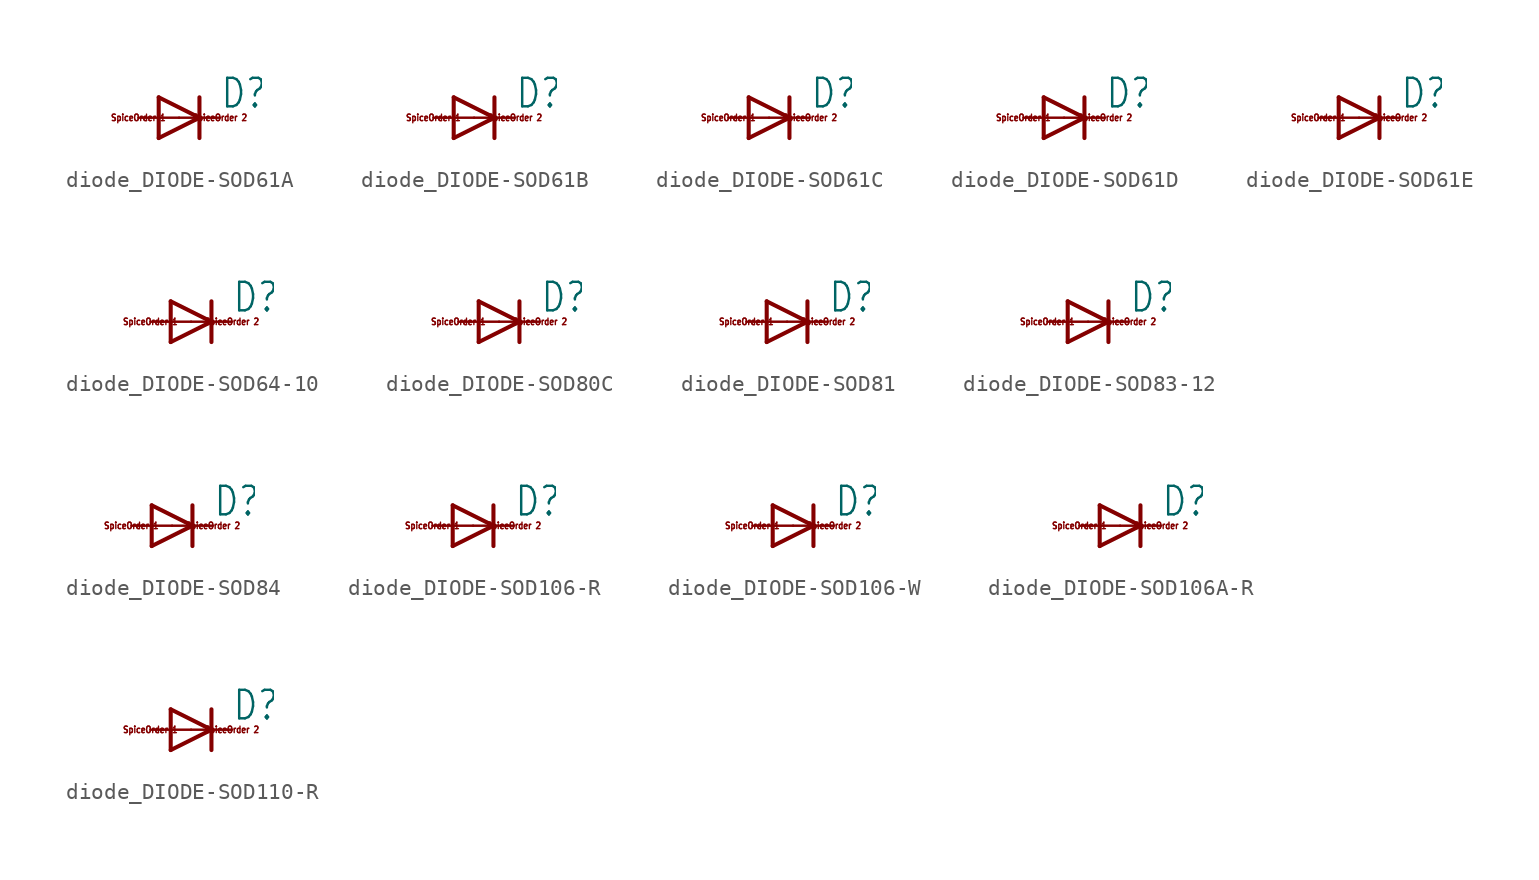
<source format=kicad_sym>
(kicad_symbol_lib
  (version 20231120)
  (generator "kicad_symbol_editor")
  (generator_version "8.0")
  (symbol "diode_DIODE-SOD61A"
    (property "Reference" "D"
      (at 2.54 0.483 0)
      (effects (font (size 1.778 1.511)) (justify left bottom)))
    (property "Value" ""
      (at 2.54 -2.311 0)
      (effects (font (size 1.778 1.511)) (justify left bottom)))
    (property "ki_locked" ""
      (at 0 0 0)
      (effects (font (size 1.27 1.27))))
    (symbol "diode_DIODE-SOD61A_1_0"
      (polyline (pts (xy -1.27 -1.27) (xy 1.27 0)) (stroke (width 0.254) (type solid)) (fill (type none)))
      (polyline (pts (xy -1.27 1.27) (xy -1.27 -1.27)) (stroke (width 0.254) (type solid)) (fill (type none)))
      (polyline (pts (xy 1.27 0) (xy -1.27 1.27)) (stroke (width 0.254) (type solid)) (fill (type none)))
      (polyline (pts (xy 1.27 0) (xy 1.27 -1.27)) (stroke (width 0.254) (type solid)) (fill (type none)))
      (polyline (pts (xy 1.27 1.27) (xy 1.27 0)) (stroke (width 0.254) (type solid)) (fill (type none)))
      (text "SpiceOrder 1" (at -2.54 0 0) (effects (font (size 0.406 0.345))))
      (text "SpiceOrder 2" (at 2.54 0 0) (effects (font (size 0.406 0.345))))
      (pin passive line (at -2.54 0 0) (length 2.54) (name "A" (effects (font (size 0 0)))) (number "A" (effects (font (size 0 0)))))
      (pin passive line (at 2.54 0 180) (length 2.54) (name "C" (effects (font (size 0 0)))) (number "C" (effects (font (size 0 0)))))))
  (symbol "diode_DIODE-SOD61B"
    (property "Reference" "D"
      (at 2.54 0.483 0)
      (effects (font (size 1.778 1.511)) (justify left bottom)))
    (property "Value" ""
      (at 2.54 -2.311 0)
      (effects (font (size 1.778 1.511)) (justify left bottom)))
    (property "ki_locked" ""
      (at 0 0 0)
      (effects (font (size 1.27 1.27))))
    (symbol "diode_DIODE-SOD61B_1_0"
      (polyline (pts (xy -1.27 -1.27) (xy 1.27 0)) (stroke (width 0.254) (type solid)) (fill (type none)))
      (polyline (pts (xy -1.27 1.27) (xy -1.27 -1.27)) (stroke (width 0.254) (type solid)) (fill (type none)))
      (polyline (pts (xy 1.27 0) (xy -1.27 1.27)) (stroke (width 0.254) (type solid)) (fill (type none)))
      (polyline (pts (xy 1.27 0) (xy 1.27 -1.27)) (stroke (width 0.254) (type solid)) (fill (type none)))
      (polyline (pts (xy 1.27 1.27) (xy 1.27 0)) (stroke (width 0.254) (type solid)) (fill (type none)))
      (text "SpiceOrder 1" (at -2.54 0 0) (effects (font (size 0.406 0.345))))
      (text "SpiceOrder 2" (at 2.54 0 0) (effects (font (size 0.406 0.345))))
      (pin passive line (at -2.54 0 0) (length 2.54) (name "A" (effects (font (size 0 0)))) (number "A" (effects (font (size 0 0)))))
      (pin passive line (at 2.54 0 180) (length 2.54) (name "C" (effects (font (size 0 0)))) (number "C" (effects (font (size 0 0)))))))
  (symbol "diode_DIODE-SOD61C"
    (property "Reference" "D"
      (at 2.54 0.483 0)
      (effects (font (size 1.778 1.511)) (justify left bottom)))
    (property "Value" ""
      (at 2.54 -2.311 0)
      (effects (font (size 1.778 1.511)) (justify left bottom)))
    (property "ki_locked" ""
      (at 0 0 0)
      (effects (font (size 1.27 1.27))))
    (symbol "diode_DIODE-SOD61C_1_0"
      (polyline (pts (xy -1.27 -1.27) (xy 1.27 0)) (stroke (width 0.254) (type solid)) (fill (type none)))
      (polyline (pts (xy -1.27 1.27) (xy -1.27 -1.27)) (stroke (width 0.254) (type solid)) (fill (type none)))
      (polyline (pts (xy 1.27 0) (xy -1.27 1.27)) (stroke (width 0.254) (type solid)) (fill (type none)))
      (polyline (pts (xy 1.27 0) (xy 1.27 -1.27)) (stroke (width 0.254) (type solid)) (fill (type none)))
      (polyline (pts (xy 1.27 1.27) (xy 1.27 0)) (stroke (width 0.254) (type solid)) (fill (type none)))
      (text "SpiceOrder 1" (at -2.54 0 0) (effects (font (size 0.406 0.345))))
      (text "SpiceOrder 2" (at 2.54 0 0) (effects (font (size 0.406 0.345))))
      (pin passive line (at -2.54 0 0) (length 2.54) (name "A" (effects (font (size 0 0)))) (number "A" (effects (font (size 0 0)))))
      (pin passive line (at 2.54 0 180) (length 2.54) (name "C" (effects (font (size 0 0)))) (number "C" (effects (font (size 0 0)))))))
  (symbol "diode_DIODE-SOD61D"
    (property "Reference" "D"
      (at 2.54 0.483 0)
      (effects (font (size 1.778 1.511)) (justify left bottom)))
    (property "Value" ""
      (at 2.54 -2.311 0)
      (effects (font (size 1.778 1.511)) (justify left bottom)))
    (property "ki_locked" ""
      (at 0 0 0)
      (effects (font (size 1.27 1.27))))
    (symbol "diode_DIODE-SOD61D_1_0"
      (polyline (pts (xy -1.27 -1.27) (xy 1.27 0)) (stroke (width 0.254) (type solid)) (fill (type none)))
      (polyline (pts (xy -1.27 1.27) (xy -1.27 -1.27)) (stroke (width 0.254) (type solid)) (fill (type none)))
      (polyline (pts (xy 1.27 0) (xy -1.27 1.27)) (stroke (width 0.254) (type solid)) (fill (type none)))
      (polyline (pts (xy 1.27 0) (xy 1.27 -1.27)) (stroke (width 0.254) (type solid)) (fill (type none)))
      (polyline (pts (xy 1.27 1.27) (xy 1.27 0)) (stroke (width 0.254) (type solid)) (fill (type none)))
      (text "SpiceOrder 1" (at -2.54 0 0) (effects (font (size 0.406 0.345))))
      (text "SpiceOrder 2" (at 2.54 0 0) (effects (font (size 0.406 0.345))))
      (pin passive line (at -2.54 0 0) (length 2.54) (name "A" (effects (font (size 0 0)))) (number "A" (effects (font (size 0 0)))))
      (pin passive line (at 2.54 0 180) (length 2.54) (name "C" (effects (font (size 0 0)))) (number "C" (effects (font (size 0 0)))))))
  (symbol "diode_DIODE-SOD61E"
    (property "Reference" "D"
      (at 2.54 0.483 0)
      (effects (font (size 1.778 1.511)) (justify left bottom)))
    (property "Value" ""
      (at 2.54 -2.311 0)
      (effects (font (size 1.778 1.511)) (justify left bottom)))
    (property "ki_locked" ""
      (at 0 0 0)
      (effects (font (size 1.27 1.27))))
    (symbol "diode_DIODE-SOD61E_1_0"
      (polyline (pts (xy -1.27 -1.27) (xy 1.27 0)) (stroke (width 0.254) (type solid)) (fill (type none)))
      (polyline (pts (xy -1.27 1.27) (xy -1.27 -1.27)) (stroke (width 0.254) (type solid)) (fill (type none)))
      (polyline (pts (xy 1.27 0) (xy -1.27 1.27)) (stroke (width 0.254) (type solid)) (fill (type none)))
      (polyline (pts (xy 1.27 0) (xy 1.27 -1.27)) (stroke (width 0.254) (type solid)) (fill (type none)))
      (polyline (pts (xy 1.27 1.27) (xy 1.27 0)) (stroke (width 0.254) (type solid)) (fill (type none)))
      (text "SpiceOrder 1" (at -2.54 0 0) (effects (font (size 0.406 0.345))))
      (text "SpiceOrder 2" (at 2.54 0 0) (effects (font (size 0.406 0.345))))
      (pin passive line (at -2.54 0 0) (length 2.54) (name "A" (effects (font (size 0 0)))) (number "A" (effects (font (size 0 0)))))
      (pin passive line (at 2.54 0 180) (length 2.54) (name "C" (effects (font (size 0 0)))) (number "C" (effects (font (size 0 0)))))))
  (symbol "diode_DIODE-SOD64-10"
    (property "Reference" "D"
      (at 2.54 0.483 0)
      (effects (font (size 1.778 1.511)) (justify left bottom)))
    (property "Value" ""
      (at 2.54 -2.311 0)
      (effects (font (size 1.778 1.511)) (justify left bottom)))
    (property "ki_locked" ""
      (at 0 0 0)
      (effects (font (size 1.27 1.27))))
    (symbol "diode_DIODE-SOD64-10_1_0"
      (polyline (pts (xy -1.27 -1.27) (xy 1.27 0)) (stroke (width 0.254) (type solid)) (fill (type none)))
      (polyline (pts (xy -1.27 1.27) (xy -1.27 -1.27)) (stroke (width 0.254) (type solid)) (fill (type none)))
      (polyline (pts (xy 1.27 0) (xy -1.27 1.27)) (stroke (width 0.254) (type solid)) (fill (type none)))
      (polyline (pts (xy 1.27 0) (xy 1.27 -1.27)) (stroke (width 0.254) (type solid)) (fill (type none)))
      (polyline (pts (xy 1.27 1.27) (xy 1.27 0)) (stroke (width 0.254) (type solid)) (fill (type none)))
      (text "SpiceOrder 1" (at -2.54 0 0) (effects (font (size 0.406 0.345))))
      (text "SpiceOrder 2" (at 2.54 0 0) (effects (font (size 0.406 0.345))))
      (pin passive line (at -2.54 0 0) (length 2.54) (name "A" (effects (font (size 0 0)))) (number "A" (effects (font (size 0 0)))))
      (pin passive line (at 2.54 0 180) (length 2.54) (name "C" (effects (font (size 0 0)))) (number "C" (effects (font (size 0 0)))))))
  (symbol "diode_DIODE-SOD80C"
    (property "Reference" "D"
      (at 2.54 0.483 0)
      (effects (font (size 1.778 1.511)) (justify left bottom)))
    (property "Value" ""
      (at 2.54 -2.311 0)
      (effects (font (size 1.778 1.511)) (justify left bottom)))
    (property "ki_locked" ""
      (at 0 0 0)
      (effects (font (size 1.27 1.27))))
    (symbol "diode_DIODE-SOD80C_1_0"
      (polyline (pts (xy -1.27 -1.27) (xy 1.27 0)) (stroke (width 0.254) (type solid)) (fill (type none)))
      (polyline (pts (xy -1.27 1.27) (xy -1.27 -1.27)) (stroke (width 0.254) (type solid)) (fill (type none)))
      (polyline (pts (xy 1.27 0) (xy -1.27 1.27)) (stroke (width 0.254) (type solid)) (fill (type none)))
      (polyline (pts (xy 1.27 0) (xy 1.27 -1.27)) (stroke (width 0.254) (type solid)) (fill (type none)))
      (polyline (pts (xy 1.27 1.27) (xy 1.27 0)) (stroke (width 0.254) (type solid)) (fill (type none)))
      (text "SpiceOrder 1" (at -2.54 0 0) (effects (font (size 0.406 0.345))))
      (text "SpiceOrder 2" (at 2.54 0 0) (effects (font (size 0.406 0.345))))
      (pin passive line (at -2.54 0 0) (length 2.54) (name "A" (effects (font (size 0 0)))) (number "A" (effects (font (size 0 0)))))
      (pin passive line (at 2.54 0 180) (length 2.54) (name "C" (effects (font (size 0 0)))) (number "C" (effects (font (size 0 0)))))))
  (symbol "diode_DIODE-SOD81"
    (property "Reference" "D"
      (at 2.54 0.483 0)
      (effects (font (size 1.778 1.511)) (justify left bottom)))
    (property "Value" ""
      (at 2.54 -2.311 0)
      (effects (font (size 1.778 1.511)) (justify left bottom)))
    (property "ki_locked" ""
      (at 0 0 0)
      (effects (font (size 1.27 1.27))))
    (symbol "diode_DIODE-SOD81_1_0"
      (polyline (pts (xy -1.27 -1.27) (xy 1.27 0)) (stroke (width 0.254) (type solid)) (fill (type none)))
      (polyline (pts (xy -1.27 1.27) (xy -1.27 -1.27)) (stroke (width 0.254) (type solid)) (fill (type none)))
      (polyline (pts (xy 1.27 0) (xy -1.27 1.27)) (stroke (width 0.254) (type solid)) (fill (type none)))
      (polyline (pts (xy 1.27 0) (xy 1.27 -1.27)) (stroke (width 0.254) (type solid)) (fill (type none)))
      (polyline (pts (xy 1.27 1.27) (xy 1.27 0)) (stroke (width 0.254) (type solid)) (fill (type none)))
      (text "SpiceOrder 1" (at -2.54 0 0) (effects (font (size 0.406 0.345))))
      (text "SpiceOrder 2" (at 2.54 0 0) (effects (font (size 0.406 0.345))))
      (pin passive line (at -2.54 0 0) (length 2.54) (name "A" (effects (font (size 0 0)))) (number "A" (effects (font (size 0 0)))))
      (pin passive line (at 2.54 0 180) (length 2.54) (name "C" (effects (font (size 0 0)))) (number "C" (effects (font (size 0 0)))))))
  (symbol "diode_DIODE-SOD83-12"
    (property "Reference" "D"
      (at 2.54 0.483 0)
      (effects (font (size 1.778 1.511)) (justify left bottom)))
    (property "Value" ""
      (at 2.54 -2.311 0)
      (effects (font (size 1.778 1.511)) (justify left bottom)))
    (property "ki_locked" ""
      (at 0 0 0)
      (effects (font (size 1.27 1.27))))
    (symbol "diode_DIODE-SOD83-12_1_0"
      (polyline (pts (xy -1.27 -1.27) (xy 1.27 0)) (stroke (width 0.254) (type solid)) (fill (type none)))
      (polyline (pts (xy -1.27 1.27) (xy -1.27 -1.27)) (stroke (width 0.254) (type solid)) (fill (type none)))
      (polyline (pts (xy 1.27 0) (xy -1.27 1.27)) (stroke (width 0.254) (type solid)) (fill (type none)))
      (polyline (pts (xy 1.27 0) (xy 1.27 -1.27)) (stroke (width 0.254) (type solid)) (fill (type none)))
      (polyline (pts (xy 1.27 1.27) (xy 1.27 0)) (stroke (width 0.254) (type solid)) (fill (type none)))
      (text "SpiceOrder 1" (at -2.54 0 0) (effects (font (size 0.406 0.345))))
      (text "SpiceOrder 2" (at 2.54 0 0) (effects (font (size 0.406 0.345))))
      (pin passive line (at -2.54 0 0) (length 2.54) (name "A" (effects (font (size 0 0)))) (number "A" (effects (font (size 0 0)))))
      (pin passive line (at 2.54 0 180) (length 2.54) (name "C" (effects (font (size 0 0)))) (number "C" (effects (font (size 0 0)))))))
  (symbol "diode_DIODE-SOD84"
    (property "Reference" "D"
      (at 2.54 0.483 0)
      (effects (font (size 1.778 1.511)) (justify left bottom)))
    (property "Value" ""
      (at 2.54 -2.311 0)
      (effects (font (size 1.778 1.511)) (justify left bottom)))
    (property "ki_locked" ""
      (at 0 0 0)
      (effects (font (size 1.27 1.27))))
    (symbol "diode_DIODE-SOD84_1_0"
      (polyline (pts (xy -1.27 -1.27) (xy 1.27 0)) (stroke (width 0.254) (type solid)) (fill (type none)))
      (polyline (pts (xy -1.27 1.27) (xy -1.27 -1.27)) (stroke (width 0.254) (type solid)) (fill (type none)))
      (polyline (pts (xy 1.27 0) (xy -1.27 1.27)) (stroke (width 0.254) (type solid)) (fill (type none)))
      (polyline (pts (xy 1.27 0) (xy 1.27 -1.27)) (stroke (width 0.254) (type solid)) (fill (type none)))
      (polyline (pts (xy 1.27 1.27) (xy 1.27 0)) (stroke (width 0.254) (type solid)) (fill (type none)))
      (text "SpiceOrder 1" (at -2.54 0 0) (effects (font (size 0.406 0.345))))
      (text "SpiceOrder 2" (at 2.54 0 0) (effects (font (size 0.406 0.345))))
      (pin passive line (at -2.54 0 0) (length 2.54) (name "A" (effects (font (size 0 0)))) (number "A" (effects (font (size 0 0)))))
      (pin passive line (at 2.54 0 180) (length 2.54) (name "C" (effects (font (size 0 0)))) (number "C" (effects (font (size 0 0)))))))
  (symbol "diode_DIODE-SOD106-R"
    (property "Reference" "D"
      (at 2.54 0.483 0)
      (effects (font (size 1.778 1.511)) (justify left bottom)))
    (property "Value" ""
      (at 2.54 -2.311 0)
      (effects (font (size 1.778 1.511)) (justify left bottom)))
    (property "ki_locked" ""
      (at 0 0 0)
      (effects (font (size 1.27 1.27))))
    (symbol "diode_DIODE-SOD106-R_1_0"
      (polyline (pts (xy -1.27 -1.27) (xy 1.27 0)) (stroke (width 0.254) (type solid)) (fill (type none)))
      (polyline (pts (xy -1.27 1.27) (xy -1.27 -1.27)) (stroke (width 0.254) (type solid)) (fill (type none)))
      (polyline (pts (xy 1.27 0) (xy -1.27 1.27)) (stroke (width 0.254) (type solid)) (fill (type none)))
      (polyline (pts (xy 1.27 0) (xy 1.27 -1.27)) (stroke (width 0.254) (type solid)) (fill (type none)))
      (polyline (pts (xy 1.27 1.27) (xy 1.27 0)) (stroke (width 0.254) (type solid)) (fill (type none)))
      (text "SpiceOrder 1" (at -2.54 0 0) (effects (font (size 0.406 0.345))))
      (text "SpiceOrder 2" (at 2.54 0 0) (effects (font (size 0.406 0.345))))
      (pin passive line (at -2.54 0 0) (length 2.54) (name "A" (effects (font (size 0 0)))) (number "A" (effects (font (size 0 0)))))
      (pin passive line (at 2.54 0 180) (length 2.54) (name "C" (effects (font (size 0 0)))) (number "C" (effects (font (size 0 0)))))))
  (symbol "diode_DIODE-SOD106-W"
    (property "Reference" "D"
      (at 2.54 0.483 0)
      (effects (font (size 1.778 1.511)) (justify left bottom)))
    (property "Value" ""
      (at 2.54 -2.311 0)
      (effects (font (size 1.778 1.511)) (justify left bottom)))
    (property "ki_locked" ""
      (at 0 0 0)
      (effects (font (size 1.27 1.27))))
    (symbol "diode_DIODE-SOD106-W_1_0"
      (polyline (pts (xy -1.27 -1.27) (xy 1.27 0)) (stroke (width 0.254) (type solid)) (fill (type none)))
      (polyline (pts (xy -1.27 1.27) (xy -1.27 -1.27)) (stroke (width 0.254) (type solid)) (fill (type none)))
      (polyline (pts (xy 1.27 0) (xy -1.27 1.27)) (stroke (width 0.254) (type solid)) (fill (type none)))
      (polyline (pts (xy 1.27 0) (xy 1.27 -1.27)) (stroke (width 0.254) (type solid)) (fill (type none)))
      (polyline (pts (xy 1.27 1.27) (xy 1.27 0)) (stroke (width 0.254) (type solid)) (fill (type none)))
      (text "SpiceOrder 1" (at -2.54 0 0) (effects (font (size 0.406 0.345))))
      (text "SpiceOrder 2" (at 2.54 0 0) (effects (font (size 0.406 0.345))))
      (pin passive line (at -2.54 0 0) (length 2.54) (name "A" (effects (font (size 0 0)))) (number "A" (effects (font (size 0 0)))))
      (pin passive line (at 2.54 0 180) (length 2.54) (name "C" (effects (font (size 0 0)))) (number "C" (effects (font (size 0 0)))))))
  (symbol "diode_DIODE-SOD106A-R"
    (property "Reference" "D"
      (at 2.54 0.483 0)
      (effects (font (size 1.778 1.511)) (justify left bottom)))
    (property "Value" ""
      (at 2.54 -2.311 0)
      (effects (font (size 1.778 1.511)) (justify left bottom)))
    (property "ki_locked" ""
      (at 0 0 0)
      (effects (font (size 1.27 1.27))))
    (symbol "diode_DIODE-SOD106A-R_1_0"
      (polyline (pts (xy -1.27 -1.27) (xy 1.27 0)) (stroke (width 0.254) (type solid)) (fill (type none)))
      (polyline (pts (xy -1.27 1.27) (xy -1.27 -1.27)) (stroke (width 0.254) (type solid)) (fill (type none)))
      (polyline (pts (xy 1.27 0) (xy -1.27 1.27)) (stroke (width 0.254) (type solid)) (fill (type none)))
      (polyline (pts (xy 1.27 0) (xy 1.27 -1.27)) (stroke (width 0.254) (type solid)) (fill (type none)))
      (polyline (pts (xy 1.27 1.27) (xy 1.27 0)) (stroke (width 0.254) (type solid)) (fill (type none)))
      (text "SpiceOrder 1" (at -2.54 0 0) (effects (font (size 0.406 0.345))))
      (text "SpiceOrder 2" (at 2.54 0 0) (effects (font (size 0.406 0.345))))
      (pin passive line (at -2.54 0 0) (length 2.54) (name "A" (effects (font (size 0 0)))) (number "A" (effects (font (size 0 0)))))
      (pin passive line (at 2.54 0 180) (length 2.54) (name "C" (effects (font (size 0 0)))) (number "C" (effects (font (size 0 0)))))))
  (symbol "diode_DIODE-SOD110-R"
    (property "Reference" "D"
      (at 2.54 0.483 0)
      (effects (font (size 1.778 1.511)) (justify left bottom)))
    (property "Value" ""
      (at 2.54 -2.311 0)
      (effects (font (size 1.778 1.511)) (justify left bottom)))
    (property "ki_locked" ""
      (at 0 0 0)
      (effects (font (size 1.27 1.27))))
    (symbol "diode_DIODE-SOD110-R_1_0"
      (polyline (pts (xy -1.27 -1.27) (xy 1.27 0)) (stroke (width 0.254) (type solid)) (fill (type none)))
      (polyline (pts (xy -1.27 1.27) (xy -1.27 -1.27)) (stroke (width 0.254) (type solid)) (fill (type none)))
      (polyline (pts (xy 1.27 0) (xy -1.27 1.27)) (stroke (width 0.254) (type solid)) (fill (type none)))
      (polyline (pts (xy 1.27 0) (xy 1.27 -1.27)) (stroke (width 0.254) (type solid)) (fill (type none)))
      (polyline (pts (xy 1.27 1.27) (xy 1.27 0)) (stroke (width 0.254) (type solid)) (fill (type none)))
      (text "SpiceOrder 1" (at -2.54 0 0) (effects (font (size 0.406 0.345))))
      (text "SpiceOrder 2" (at 2.54 0 0) (effects (font (size 0.406 0.345))))
      (pin passive line (at -2.54 0 0) (length 2.54) (name "A" (effects (font (size 0 0)))) (number "A" (effects (font (size 0 0)))))
      (pin passive line (at 2.54 0 180) (length 2.54) (name "C" (effects (font (size 0 0)))) (number "C" (effects (font (size 0 0))))))))
</source>
